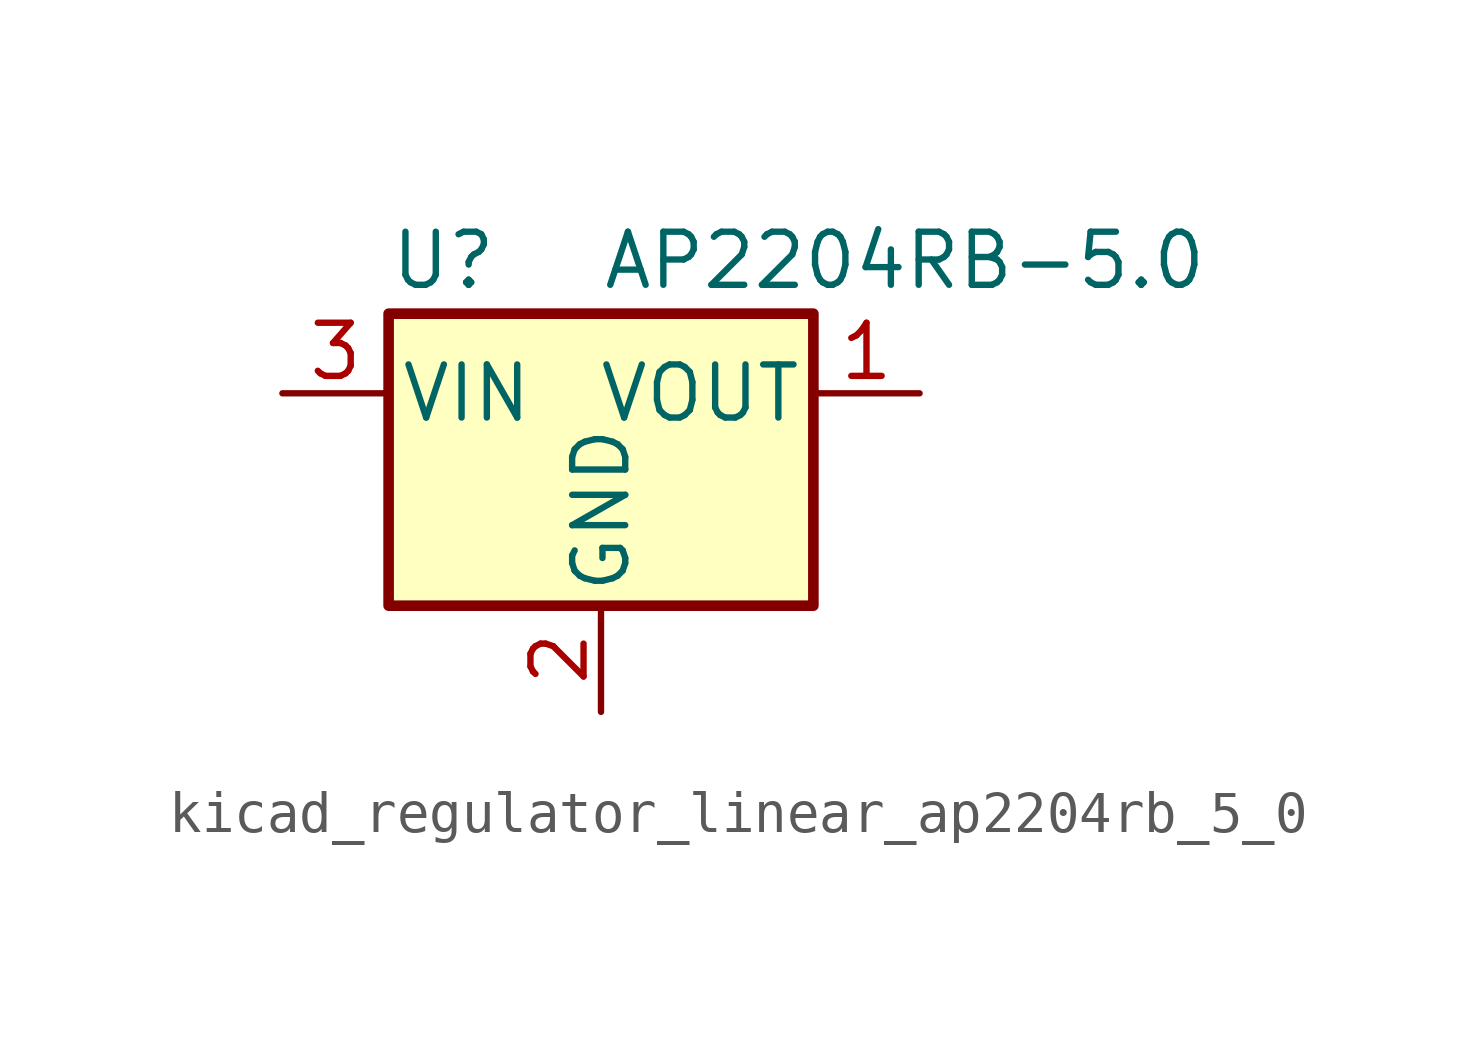
<source format=kicad_sym>
(kicad_symbol_lib
  (version 20220914)
  (generator kicad_symbol_editor)
  (symbol "kicad_regulator_linear_ap2204rb_5_0"
    (pin_names
      (offset 0.254))
    (property "Reference" "U"
      (at -5.08 3.175 0)
      (effects (font (size 1.27 1.27)) (justify left)))
    (property "Value" "AP2204RB-5.0"
      (at 0 3.175 0)
      (effects (font (size 1.27 1.27)) (justify left)))
    (symbol "kicad_regulator_linear_ap2204rb_5_0_0_1"
      (rectangle (start -5.08 1.905) (end 5.08 -5.08) (stroke (width 0.254) (type default)) (fill (type background))))
    (symbol "kicad_regulator_linear_ap2204rb_5_0_1_1"
      (pin power_out line (at 7.62 0 180) (length 2.54) (name "VOUT" (effects (font (size 1.27 1.27)))) (number "1" (effects (font (size 1.27 1.27)))))
      (pin power_in line (at 0 -7.62 90) (length 2.54) (name "GND" (effects (font (size 1.27 1.27)))) (number "2" (effects (font (size 1.27 1.27)))))
      (pin power_in line (at -7.62 0 0) (length 2.54) (name "VIN" (effects (font (size 1.27 1.27)))) (number "3" (effects (font (size 1.27 1.27))))))))
</source>
